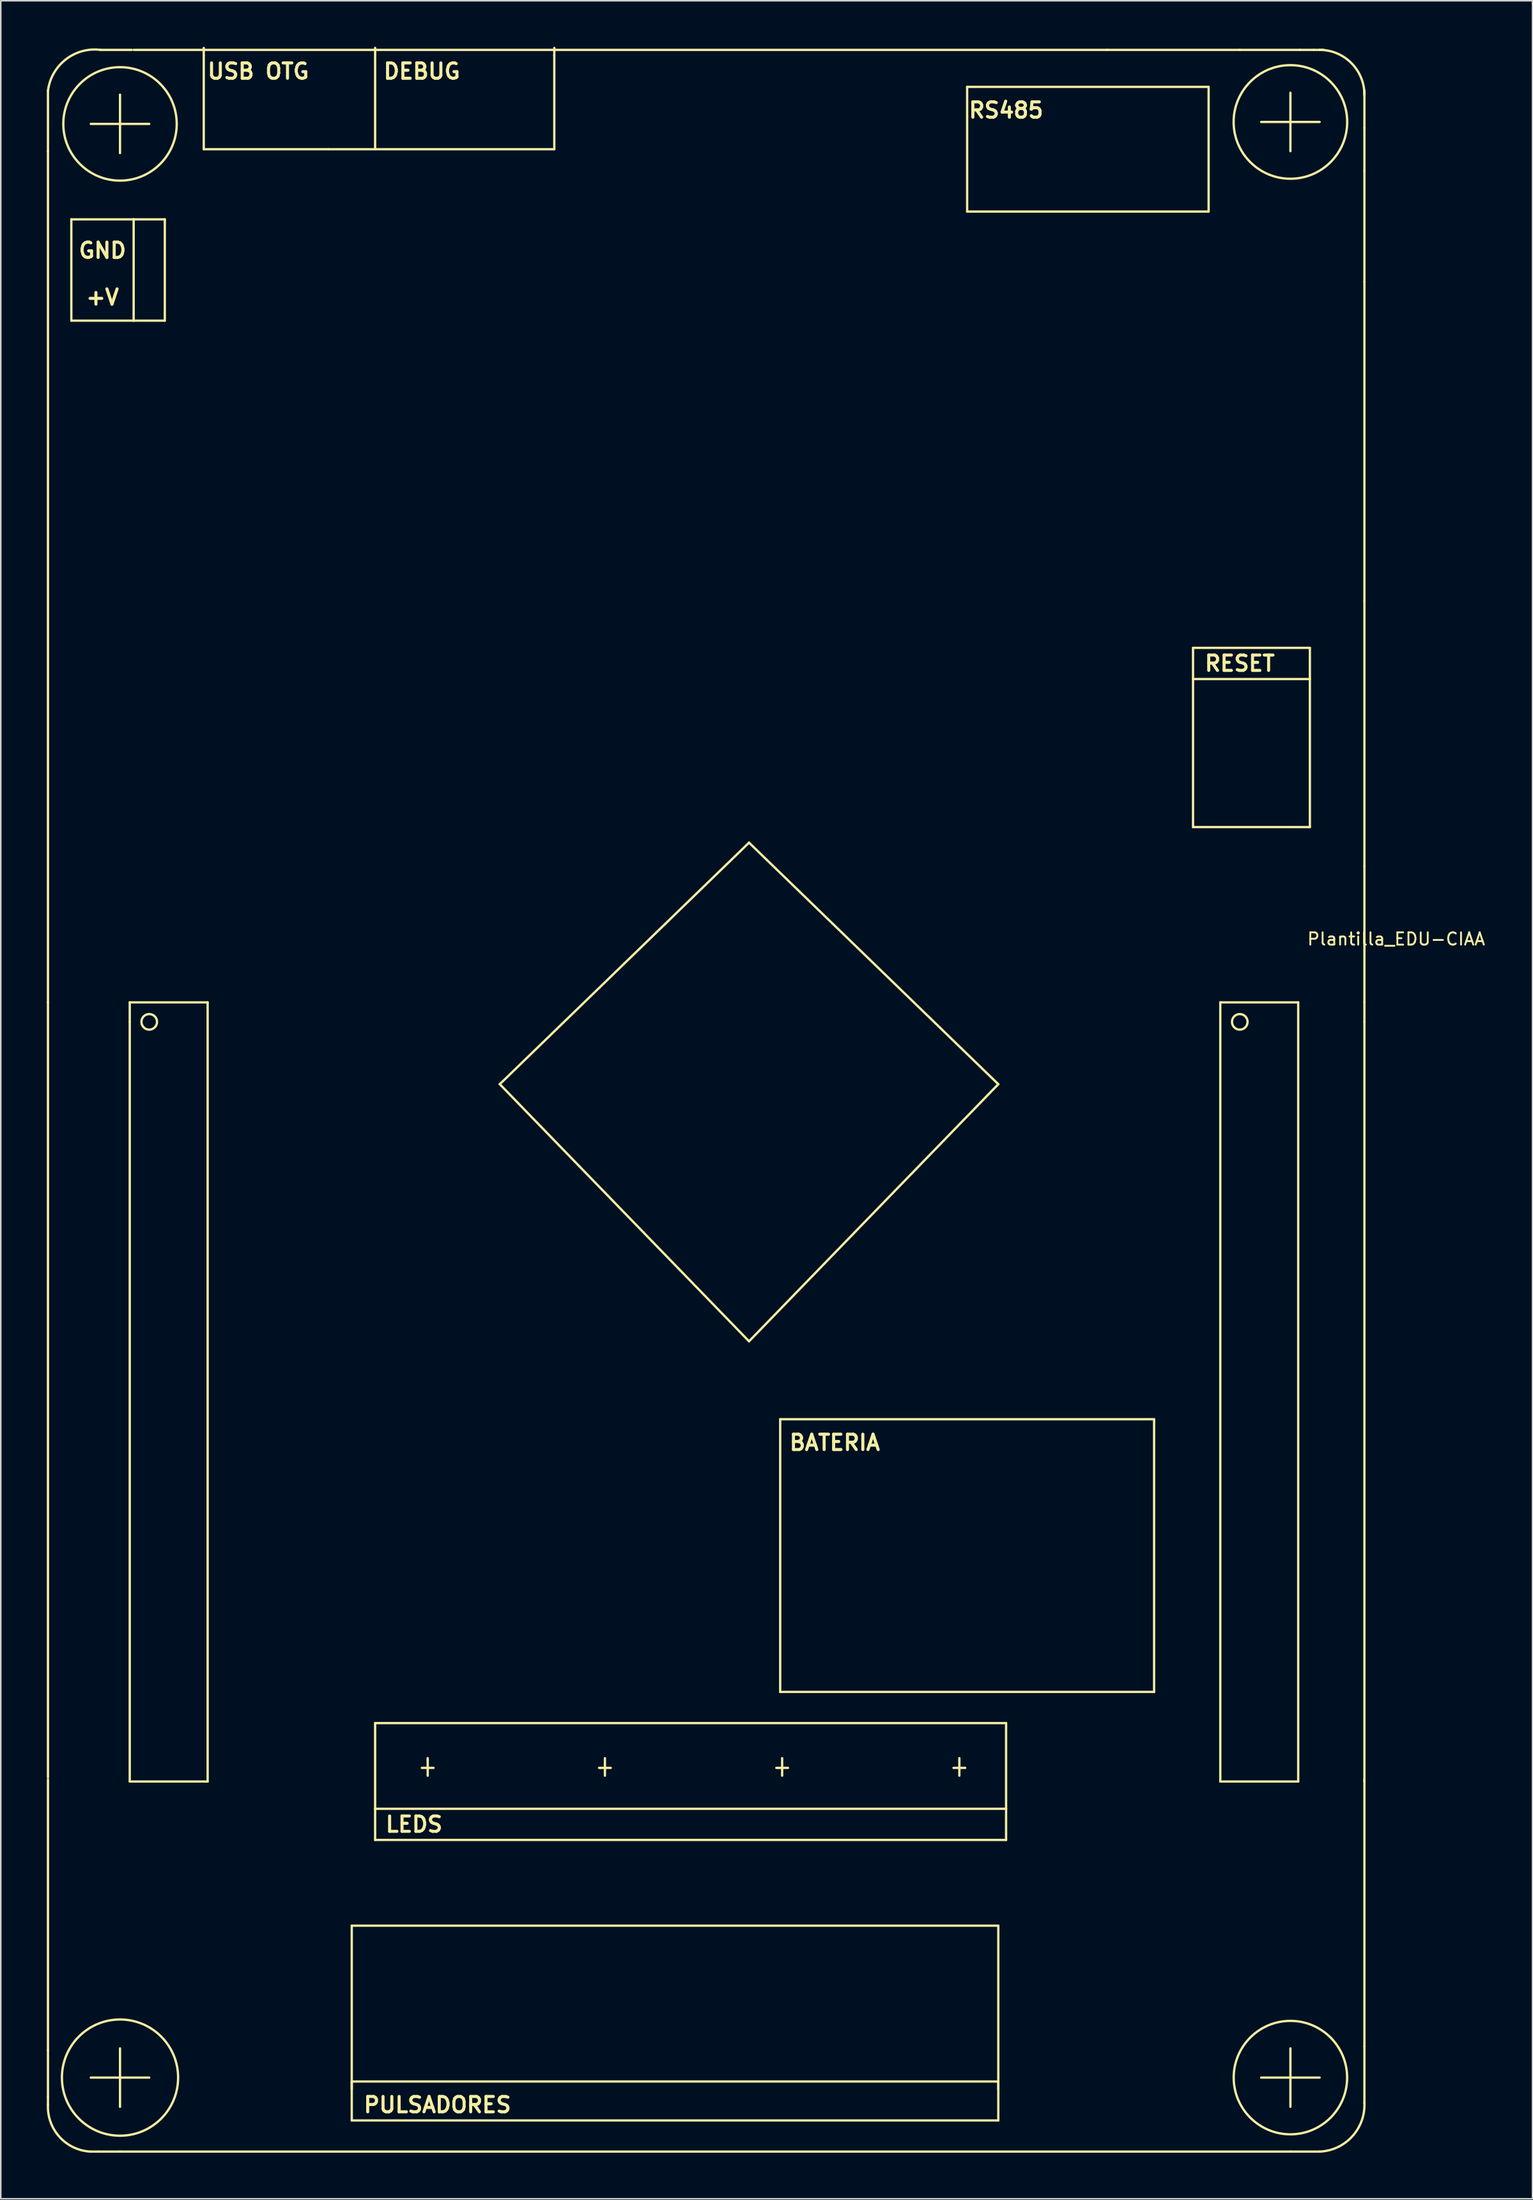
<source format=kicad_pcb>
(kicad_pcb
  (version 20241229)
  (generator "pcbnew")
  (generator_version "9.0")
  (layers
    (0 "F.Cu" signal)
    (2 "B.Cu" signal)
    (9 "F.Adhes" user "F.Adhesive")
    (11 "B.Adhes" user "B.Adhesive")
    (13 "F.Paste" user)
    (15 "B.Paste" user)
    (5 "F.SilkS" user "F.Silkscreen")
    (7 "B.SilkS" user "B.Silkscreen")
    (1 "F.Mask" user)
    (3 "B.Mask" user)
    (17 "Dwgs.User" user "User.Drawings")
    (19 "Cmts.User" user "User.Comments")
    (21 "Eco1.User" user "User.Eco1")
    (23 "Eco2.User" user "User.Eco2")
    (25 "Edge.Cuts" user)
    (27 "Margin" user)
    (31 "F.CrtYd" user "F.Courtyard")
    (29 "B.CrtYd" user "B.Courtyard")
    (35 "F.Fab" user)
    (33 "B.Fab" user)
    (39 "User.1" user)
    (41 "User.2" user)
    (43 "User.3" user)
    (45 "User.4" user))
  (footprint "Plantilla_EDU-CIAA"
    (layer "F.Cu")
    (at 77.802 63.575)
    (property "Reference" "Plantilla_EDU-CIAA" (at 10.2 -5.4 0) (layer "F.SilkS") (effects (font (size 0.8 0.8) (thickness 0.12))))
    (attr through_hole)
    (fp_line (start -77.724 -60.706) (end -77.724 -56.769) (stroke (width 0.15) (type solid)) (layer "F.SilkS"))
    (fp_line (start -77.724 -1.27) (end -77.724 -56.769) (stroke (width 0.15) (type solid)) (layer "F.SilkS"))
    (fp_line (start -77.724 49.276) (end -77.724 -1.27) (stroke (width 0.15) (type solid)) (layer "F.SilkS"))
    (fp_line (start -77.724 49.403) (end -77.724 67.056) (stroke (width 0.15) (type solid)) (layer "F.SilkS"))
    (fp_line (start -77.724 67.056) (end -77.724 70.104) (stroke (width 0.15) (type solid)) (layer "F.SilkS"))
    (fp_line (start -77.724 70.612) (end -77.724 70.104) (stroke (width 0.15) (type solid)) (layer "F.SilkS"))
    (fp_line (start -76.2 -52.324) (end -76.2 -45.72) (stroke (width 0.15) (type solid)) (layer "F.SilkS"))
    (fp_line (start -76.2 -45.72) (end -72.136 -45.72) (stroke (width 0.15) (type solid)) (layer "F.SilkS"))
    (fp_line (start -74.422 73.66) (end -74.93 73.66) (stroke (width 0.15) (type solid)) (layer "F.SilkS"))
    (fp_line (start -73.025 -58.547) (end -74.93 -58.547) (stroke (width 0.15) (type solid)) (layer "F.SilkS"))
    (fp_line (start -73.025 -58.547) (end -73.025 -60.452) (stroke (width 0.15) (type solid)) (layer "F.SilkS"))
    (fp_line (start -73.025 -58.547) (end -73.025 -56.642) (stroke (width 0.15) (type solid)) (layer "F.SilkS"))
    (fp_line (start -73.025 -58.547) (end -71.12 -58.547) (stroke (width 0.15) (type solid)) (layer "F.SilkS"))
    (fp_line (start -73.025 68.834) (end -74.93 68.834) (stroke (width 0.15) (type solid)) (layer "F.SilkS"))
    (fp_line (start -73.025 68.834) (end -73.025 66.929) (stroke (width 0.15) (type solid)) (layer "F.SilkS"))
    (fp_line (start -73.025 68.834) (end -73.025 70.739) (stroke (width 0.15) (type solid)) (layer "F.SilkS"))
    (fp_line (start -73.025 68.834) (end -71.12 68.834) (stroke (width 0.15) (type solid)) (layer "F.SilkS"))
    (fp_line (start -73.025 73.66) (end -74.422 73.66) (stroke (width 0.15) (type solid)) (layer "F.SilkS"))
    (fp_line (start -72.39 -1.27) (end -67.31 -1.27) (stroke (width 0.15) (type solid)) (layer "F.SilkS"))
    (fp_line (start -72.39 0) (end -72.39 -1.27) (stroke (width 0.15) (type solid)) (layer "F.SilkS"))
    (fp_line (start -72.39 49.53) (end -72.39 0) (stroke (width 0.15) (type solid)) (layer "F.SilkS"))
    (fp_line (start -72.263 -63.373) (end -74.295 -63.373) (stroke (width 0.15) (type solid)) (layer "F.SilkS"))
    (fp_line (start -72.136 -52.324) (end -76.2 -52.324) (stroke (width 0.15) (type solid)) (layer "F.SilkS"))
    (fp_line (start -72.136 -45.72) (end -72.136 -52.324) (stroke (width 0.15) (type solid)) (layer "F.SilkS"))
    (fp_line (start -72.136 -45.72) (end -70.104 -45.72) (stroke (width 0.15) (type solid)) (layer "F.SilkS"))
    (fp_line (start -70.104 -52.324) (end -72.136 -52.324) (stroke (width 0.15) (type solid)) (layer "F.SilkS"))
    (fp_line (start -70.104 -45.72) (end -70.104 -52.324) (stroke (width 0.15) (type solid)) (layer "F.SilkS"))
    (fp_line (start -67.564 -62.992) (end -67.564 -63.5) (stroke (width 0.15) (type solid)) (layer "F.SilkS"))
    (fp_line (start -67.564 -56.896) (end -67.564 -62.992) (stroke (width 0.15) (type solid)) (layer "F.SilkS"))
    (fp_line (start -67.564 -56.896) (end -59.436 -56.896) (stroke (width 0.15) (type solid)) (layer "F.SilkS"))
    (fp_line (start -67.31 -1.27) (end -67.31 49.53) (stroke (width 0.15) (type solid)) (layer "F.SilkS"))
    (fp_line (start -67.31 49.53) (end -72.39 49.53) (stroke (width 0.15) (type solid)) (layer "F.SilkS"))
    (fp_line (start -57.912 58.928) (end -57.912 69.596) (stroke (width 0.15) (type solid)) (layer "F.SilkS"))
    (fp_line (start -57.912 69.088) (end -15.748 69.088) (stroke (width 0.15) (type solid)) (layer "F.SilkS"))
    (fp_line (start -57.912 71.628) (end -57.912 69.088) (stroke (width 0.15) (type solid)) (layer "F.SilkS"))
    (fp_line (start -57.912 71.628) (end -15.748 71.628) (stroke (width 0.15) (type solid)) (layer "F.SilkS"))
    (fp_line (start -56.388 -56.896) (end -56.388 -63.5) (stroke (width 0.15) (type solid)) (layer "F.SilkS"))
    (fp_line (start -56.388 45.72) (end -56.388 51.308) (stroke (width 0.15) (type solid)) (layer "F.SilkS"))
    (fp_line (start -56.388 51.308) (end -15.24 51.308) (stroke (width 0.15) (type solid)) (layer "F.SilkS"))
    (fp_line (start -56.388 53.34) (end -56.388 51.308) (stroke (width 0.15) (type solid)) (layer "F.SilkS"))
    (fp_line (start -56.388 53.34) (end -15.24 53.34) (stroke (width 0.15) (type solid)) (layer "F.SilkS"))
    (fp_line (start -52.959 48.133) (end -52.959 48.006) (stroke (width 0.15) (type solid)) (layer "F.SilkS"))
    (fp_line (start -52.959 48.641) (end -53.34 48.641) (stroke (width 0.15) (type solid)) (layer "F.SilkS"))
    (fp_line (start -52.959 48.641) (end -52.959 48.133) (stroke (width 0.15) (type solid)) (layer "F.SilkS"))
    (fp_line (start -52.959 48.641) (end -52.959 49.149) (stroke (width 0.15) (type solid)) (layer "F.SilkS"))
    (fp_line (start -52.959 48.641) (end -52.578 48.641) (stroke (width 0.15) (type solid)) (layer "F.SilkS"))
    (fp_line (start -48.26 4.064) (end -32.004 -11.684) (stroke (width 0.15) (type solid)) (layer "F.SilkS"))
    (fp_line (start -44.704 -62.992) (end -44.704 -63.5) (stroke (width 0.15) (type solid)) (layer "F.SilkS"))
    (fp_line (start -44.704 -62.992) (end -44.704 -56.896) (stroke (width 0.15) (type solid)) (layer "F.SilkS"))
    (fp_line (start -44.704 -56.896) (end -59.436 -56.896) (stroke (width 0.15) (type solid)) (layer "F.SilkS"))
    (fp_line (start -41.656 48.641) (end -41.783 48.641) (stroke (width 0.15) (type solid)) (layer "F.SilkS"))
    (fp_line (start -41.402 48.641) (end -41.656 48.641) (stroke (width 0.15) (type solid)) (layer "F.SilkS"))
    (fp_line (start -41.402 48.641) (end -41.402 48.006) (stroke (width 0.15) (type solid)) (layer "F.SilkS"))
    (fp_line (start -41.402 48.641) (end -41.402 49.149) (stroke (width 0.15) (type solid)) (layer "F.SilkS"))
    (fp_line (start -41.402 48.641) (end -41.021 48.641) (stroke (width 0.15) (type solid)) (layer "F.SilkS"))
    (fp_line (start -32.004 -11.684) (end -15.748 4.064) (stroke (width 0.15) (type solid)) (layer "F.SilkS"))
    (fp_line (start -32.004 20.828) (end -48.26 4.064) (stroke (width 0.15) (type solid)) (layer "F.SilkS"))
    (fp_line (start -30.099 48.641) (end -30.226 48.641) (stroke (width 0.15) (type solid)) (layer "F.SilkS"))
    (fp_line (start -29.972 25.908) (end -29.972 43.688) (stroke (width 0.15) (type solid)) (layer "F.SilkS"))
    (fp_line (start -29.972 43.688) (end -5.588 43.688) (stroke (width 0.15) (type solid)) (layer "F.SilkS"))
    (fp_line (start -29.845 48.641) (end -30.099 48.641) (stroke (width 0.15) (type solid)) (layer "F.SilkS"))
    (fp_line (start -29.845 48.641) (end -29.845 48.006) (stroke (width 0.15) (type solid)) (layer "F.SilkS"))
    (fp_line (start -29.845 48.641) (end -29.845 49.149) (stroke (width 0.15) (type solid)) (layer "F.SilkS"))
    (fp_line (start -29.845 48.641) (end -29.464 48.641) (stroke (width 0.15) (type solid)) (layer "F.SilkS"))
    (fp_line (start -18.288 48.641) (end -18.669 48.641) (stroke (width 0.15) (type solid)) (layer "F.SilkS"))
    (fp_line (start -18.288 48.641) (end -18.288 48.006) (stroke (width 0.15) (type solid)) (layer "F.SilkS"))
    (fp_line (start -18.288 48.641) (end -18.288 49.149) (stroke (width 0.15) (type solid)) (layer "F.SilkS"))
    (fp_line (start -18.288 48.641) (end -17.907 48.641) (stroke (width 0.15) (type solid)) (layer "F.SilkS"))
    (fp_line (start -17.78 -60.96) (end -17.78 -52.832) (stroke (width 0.15) (type solid)) (layer "F.SilkS"))
    (fp_line (start -17.78 -52.832) (end -2.032 -52.832) (stroke (width 0.15) (type solid)) (layer "F.SilkS"))
    (fp_line (start -15.748 4.064) (end -32.004 20.828) (stroke (width 0.15) (type solid)) (layer "F.SilkS"))
    (fp_line (start -15.748 58.928) (end -57.912 58.928) (stroke (width 0.15) (type solid)) (layer "F.SilkS"))
    (fp_line (start -15.748 69.596) (end -15.748 58.928) (stroke (width 0.15) (type solid)) (layer "F.SilkS"))
    (fp_line (start -15.748 71.628) (end -15.748 69.088) (stroke (width 0.15) (type solid)) (layer "F.SilkS"))
    (fp_line (start -15.24 45.72) (end -56.388 45.72) (stroke (width 0.15) (type solid)) (layer "F.SilkS"))
    (fp_line (start -15.24 51.308) (end -15.24 45.72) (stroke (width 0.15) (type solid)) (layer "F.SilkS"))
    (fp_line (start -15.24 53.34) (end -15.24 51.308) (stroke (width 0.15) (type solid)) (layer "F.SilkS"))
    (fp_line (start -8.636 -63.373) (end -72.136 -63.373) (stroke (width 0.15) (type solid)) (layer "F.SilkS"))
    (fp_line (start -5.588 25.908) (end -29.972 25.908) (stroke (width 0.15) (type solid)) (layer "F.SilkS"))
    (fp_line (start -5.588 43.688) (end -5.588 25.908) (stroke (width 0.15) (type solid)) (layer "F.SilkS"))
    (fp_line (start -3.048 -24.384) (end -3.048 -12.7) (stroke (width 0.15) (type solid)) (layer "F.SilkS"))
    (fp_line (start -3.048 -12.7) (end 4.572 -12.7) (stroke (width 0.15) (type solid)) (layer "F.SilkS"))
    (fp_line (start -2.032 -60.96) (end -17.78 -60.96) (stroke (width 0.15) (type solid)) (layer "F.SilkS"))
    (fp_line (start -2.032 -52.832) (end -2.032 -60.96) (stroke (width 0.15) (type solid)) (layer "F.SilkS"))
    (fp_line (start -1.27 49.53) (end -1.27 -1.27) (stroke (width 0.15) (type solid)) (layer "F.SilkS"))
    (fp_line (start 0 -63.373) (end -8.636 -63.373) (stroke (width 0.15) (type solid)) (layer "F.SilkS"))
    (fp_line (start 0 -63.373) (end 3.937 -63.373) (stroke (width 0.15) (type solid)) (layer "F.SilkS"))
    (fp_line (start 3.302 -58.674) (end 1.397 -58.674) (stroke (width 0.15) (type solid)) (layer "F.SilkS"))
    (fp_line (start 3.302 -58.674) (end 3.302 -60.579) (stroke (width 0.15) (type solid)) (layer "F.SilkS"))
    (fp_line (start 3.302 -58.674) (end 3.302 -56.769) (stroke (width 0.15) (type solid)) (layer "F.SilkS"))
    (fp_line (start 3.302 -58.674) (end 5.207 -58.674) (stroke (width 0.15) (type solid)) (layer "F.SilkS"))
    (fp_line (start 3.302 68.834) (end 1.397 68.834) (stroke (width 0.15) (type solid)) (layer "F.SilkS"))
    (fp_line (start 3.302 68.834) (end 3.302 66.929) (stroke (width 0.15) (type solid)) (layer "F.SilkS"))
    (fp_line (start 3.302 68.834) (end 3.302 70.739) (stroke (width 0.15) (type solid)) (layer "F.SilkS"))
    (fp_line (start 3.302 68.834) (end 5.207 68.834) (stroke (width 0.15) (type solid)) (layer "F.SilkS"))
    (fp_line (start 3.302 73.66) (end -73.025 73.66) (stroke (width 0.15) (type solid)) (layer "F.SilkS"))
    (fp_line (start 3.302 73.66) (end 5.207 73.66) (stroke (width 0.15) (type solid)) (layer "F.SilkS"))
    (fp_line (start 3.81 -1.27) (end -1.27 -1.27) (stroke (width 0.15) (type solid)) (layer "F.SilkS"))
    (fp_line (start 3.81 49.53) (end -1.27 49.53) (stroke (width 0.15) (type solid)) (layer "F.SilkS"))
    (fp_line (start 3.81 49.53) (end 3.81 -1.27) (stroke (width 0.15) (type solid)) (layer "F.SilkS"))
    (fp_line (start 3.937 -63.373) (end 4.826 -63.373) (stroke (width 0.15) (type solid)) (layer "F.SilkS"))
    (fp_line (start 4.572 -24.384) (end -3.048 -24.384) (stroke (width 0.15) (type solid)) (layer "F.SilkS"))
    (fp_line (start 4.572 -22.352) (end -3.048 -22.352) (stroke (width 0.15) (type solid)) (layer "F.SilkS"))
    (fp_line (start 4.572 -12.7) (end 4.572 -24.384) (stroke (width 0.15) (type solid)) (layer "F.SilkS"))
    (fp_line (start 5.461 -63.373) (end 4.826 -63.373) (stroke (width 0.15) (type solid)) (layer "F.SilkS"))
    (fp_line (start 8.128 -60.706) (end 8.128 -60.452) (stroke (width 0.15) (type solid)) (layer "F.SilkS"))
    (fp_line (start 8.128 -60.579) (end 8.128 -60.706) (stroke (width 0.15) (type solid)) (layer "F.SilkS"))
    (fp_line (start 8.128 -58.293) (end 8.128 -60.579) (stroke (width 0.15) (type solid)) (layer "F.SilkS"))
    (fp_line (start 8.128 -55.499) (end 8.128 -58.293) (stroke (width 0.15) (type solid)) (layer "F.SilkS"))
    (fp_line (start 8.128 -48.26) (end 8.128 -55.499) (stroke (width 0.15) (type solid)) (layer "F.SilkS"))
    (fp_line (start 8.128 -27.432) (end 8.128 -48.26) (stroke (width 0.15) (type solid)) (layer "F.SilkS"))
    (fp_line (start 8.128 -10.16) (end 8.128 -27.432) (stroke (width 0.15) (type solid)) (layer "F.SilkS"))
    (fp_line (start 8.128 -1.27) (end 8.128 -10.16) (stroke (width 0.15) (type solid)) (layer "F.SilkS"))
    (fp_line (start 8.128 0) (end 8.128 -1.27) (stroke (width 0.15) (type solid)) (layer "F.SilkS"))
    (fp_line (start 8.128 0) (end 8.128 49.53) (stroke (width 0.15) (type solid)) (layer "F.SilkS"))
    (fp_line (start 8.128 49.403) (end 8.128 66.802) (stroke (width 0.15) (type solid)) (layer "F.SilkS"))
    (fp_line (start 8.128 66.802) (end 8.128 70.485) (stroke (width 0.15) (type solid)) (layer "F.SilkS"))
    (fp_arc (start -77.724 -60.706) (mid -76.561854 -62.749669) (end -74.295 -63.373) (stroke (width 0.15) (type solid)) (layer "F.SilkS"))
    (fp_arc (start -74.93 73.66) (mid -76.958261 72.714656) (end -77.724 70.612) (stroke (width 0.15) (type solid)) (layer "F.SilkS"))
    (fp_arc (start 5.207 -63.373) (mid 7.272459 -62.517459) (end 8.128 -60.452) (stroke (width 0.15) (type solid)) (layer "F.SilkS"))
    (fp_arc (start 8.128 70.485) (mid 7.325064 72.677459) (end 5.207 73.66) (stroke (width 0.15) (type solid)) (layer "F.SilkS"))
    (fp_circle (center -73.025 -58.547) (end -69.469 -59.563) (stroke (width 0.15) (type solid)) (fill no) (layer "F.SilkS"))
    (fp_circle (center -73.025 68.834) (end -72.136 65.151) (stroke (width 0.15) (type solid)) (fill no) (layer "F.SilkS"))
    (fp_circle (center -71.12 0) (end -70.612 0) (stroke (width 0.15) (type solid)) (fill no) (layer "F.SilkS"))
    (fp_circle (center 0 0) (end 0.508 0) (stroke (width 0.15) (type solid)) (fill no) (layer "F.SilkS"))
    (fp_circle (center 3.302 -58.674) (end 6.731 -57.277) (stroke (width 0.15) (type solid)) (fill no) (layer "F.SilkS"))
    (fp_circle (center 3.302 68.834) (end 6.858 69.85) (stroke (width 0.15) (type solid)) (fill no) (layer "F.SilkS"))
    (fp_text user "RESET" (at 0 -23.368 0) (layer "F.SilkS") (effects (font (size 1 1) (thickness 0.2))))
    (fp_text user "DEBUG" (at -53.34 -61.976 0) (layer "F.SilkS") (effects (font (size 1 1) (thickness 0.2))))
    (fp_text user "RS485" (at -15.24 -59.436 0) (layer "F.SilkS") (effects (font (size 1 1) (thickness 0.2))))
    (fp_text user "BATERIA" (at -26.416 27.432 0) (layer "F.SilkS") (effects (font (size 1 1) (thickness 0.2))))
    (fp_text user "PULSADORES" (at -52.324 70.612 0) (layer "F.SilkS") (effects (font (size 1 1) (thickness 0.2))))
    (fp_text user "USB OTG" (at -64.008 -61.976 0) (layer "F.SilkS") (effects (font (size 1 1) (thickness 0.2))))
    (fp_text user "GND" (at -74.168 -50.292 0) (layer "F.SilkS") (effects (font (size 1 1) (thickness 0.2))))
    (fp_text user "+V" (at -74.168 -47.244 0) (layer "F.SilkS") (effects (font (size 1 1) (thickness 0.2))))
    (fp_text user "LEDS" (at -53.848 52.324 0) (layer "F.SilkS") (effects (font (size 1 1) (thickness 0.2)))))
  (gr_rect
    (start -3 -3)
    (end 96.892 140.31)
    (stroke (width 0.1) (type default))
    (fill no)
    (layer "Edge.Cuts")))
</source>
